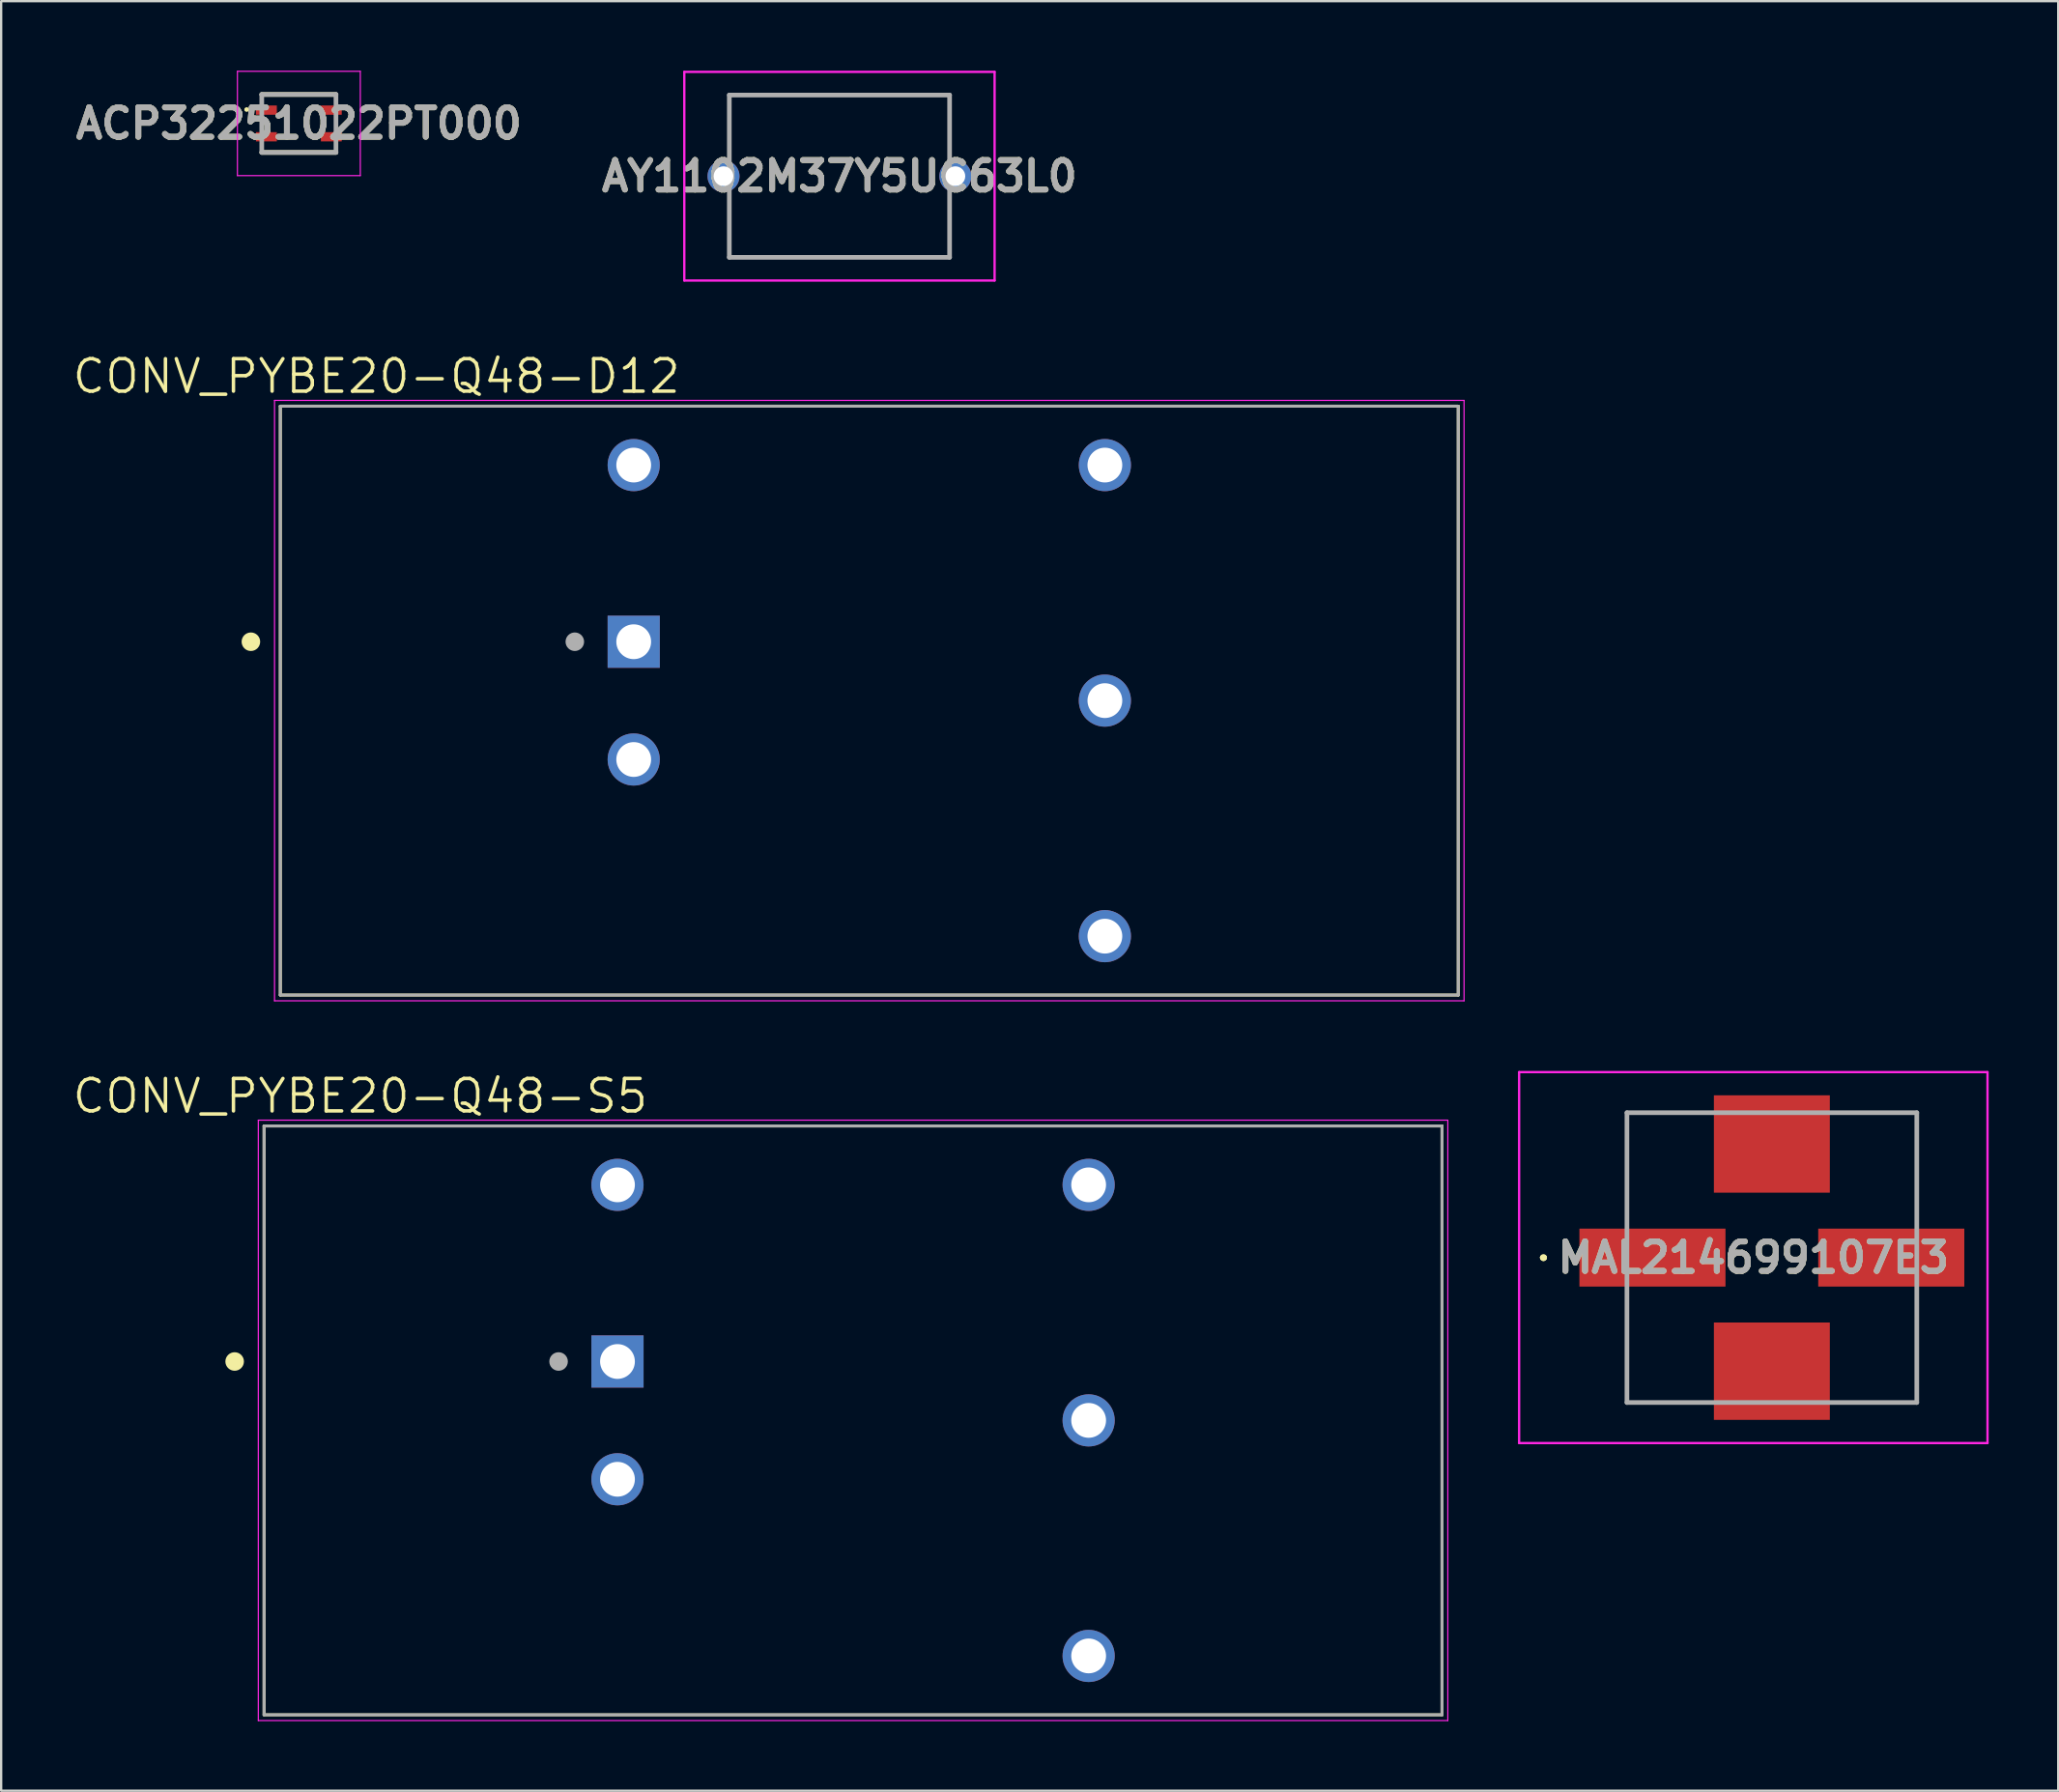
<source format=kicad_pcb>
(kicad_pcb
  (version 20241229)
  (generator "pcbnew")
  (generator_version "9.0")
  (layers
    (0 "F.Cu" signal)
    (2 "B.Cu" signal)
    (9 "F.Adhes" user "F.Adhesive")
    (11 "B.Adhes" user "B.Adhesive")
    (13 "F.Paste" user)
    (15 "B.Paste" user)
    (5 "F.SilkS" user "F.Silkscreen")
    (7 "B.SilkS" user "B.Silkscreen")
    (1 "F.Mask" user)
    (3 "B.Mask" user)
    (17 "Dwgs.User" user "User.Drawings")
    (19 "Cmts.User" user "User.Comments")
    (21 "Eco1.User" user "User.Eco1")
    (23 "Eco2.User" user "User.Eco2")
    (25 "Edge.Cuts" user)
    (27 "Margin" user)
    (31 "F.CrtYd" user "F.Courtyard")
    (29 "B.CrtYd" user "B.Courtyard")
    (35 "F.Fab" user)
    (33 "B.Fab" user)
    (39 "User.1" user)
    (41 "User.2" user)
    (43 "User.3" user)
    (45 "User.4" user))
  (footprint "AY1102M37Y5UC63L0"
    (layer "F.Cu")
    (at 28.153 4.55)
    (property "Reference" "AY1102M37Y5UC63L0" (at 5 0 0) (layer "F.SilkS") (effects (font (size 1.27 1.27) (thickness 0.254))))
    (attr through_hole)
    (fp_line (start 0.25 -3.5) (end 9.75 -3.5) (stroke (width 0.1) (type solid)) (layer "F.SilkS"))
    (fp_line (start 0.25 -1) (end 0.25 -3.5) (stroke (width 0.1) (type solid)) (layer "F.SilkS"))
    (fp_line (start 0.25 1) (end 0.25 3.5) (stroke (width 0.1) (type solid)) (layer "F.SilkS"))
    (fp_line (start 0.25 3.5) (end 9.75 3.5) (stroke (width 0.1) (type solid)) (layer "F.SilkS"))
    (fp_line (start 9.75 -3.5) (end 9.75 -1) (stroke (width 0.1) (type solid)) (layer "F.SilkS"))
    (fp_line (start 9.75 3.5) (end 9.75 1) (stroke (width 0.1) (type solid)) (layer "F.SilkS"))
    (fp_line (start -1.691 -4.5) (end 11.691 -4.5) (stroke (width 0.1) (type solid)) (layer "F.CrtYd"))
    (fp_line (start -1.691 4.5) (end -1.691 -4.5) (stroke (width 0.1) (type solid)) (layer "F.CrtYd"))
    (fp_line (start 11.691 -4.5) (end 11.691 4.5) (stroke (width 0.1) (type solid)) (layer "F.CrtYd"))
    (fp_line (start 11.691 4.5) (end -1.691 4.5) (stroke (width 0.1) (type solid)) (layer "F.CrtYd"))
    (fp_line (start 0.25 -3.5) (end 9.75 -3.5) (stroke (width 0.2) (type solid)) (layer "F.Fab"))
    (fp_line (start 0.25 3.5) (end 0.25 -3.5) (stroke (width 0.2) (type solid)) (layer "F.Fab"))
    (fp_line (start 9.75 -3.5) (end 9.75 3.5) (stroke (width 0.2) (type solid)) (layer "F.Fab"))
    (fp_line (start 9.75 3.5) (end 0.25 3.5) (stroke (width 0.2) (type solid)) (layer "F.Fab"))
    (fp_text user "${REFERENCE}" (at 5 0 0) (layer "F.Fab") (effects (font (size 1.27 1.27) (thickness 0.254))))
    (pad "1" thru_hole circle (at 0 0) (size 1.381 1.381) (drill 0.85) (layers "*.Cu" "*.Mask"))
    (pad "2" thru_hole circle (at 10 0) (size 1.381 1.381) (drill 0.85) (layers "*.Cu" "*.Mask")))
  (footprint "MAL214699107E3"
    (layer "F.Cu")
    (at 73.365 51.196)
    (property "Reference" "MAL214699107E3" (at -0.8 0 0) (layer "F.SilkS") (effects (font (size 1.27 1.27) (thickness 0.254))))
    (attr smd)
    (fp_line (start -9.9 0) (end -9.9 0) (stroke (width 0.2) (type solid)) (layer "F.SilkS"))
    (fp_line (start -9.9 0) (end -9.9 0) (stroke (width 0.2) (type solid)) (layer "F.SilkS"))
    (fp_line (start -9.8 0) (end -9.8 0) (stroke (width 0.2) (type solid)) (layer "F.SilkS"))
    (fp_line (start -6.25 -6.25) (end -6.25 -6.25) (stroke (width 0.1) (type solid)) (layer "F.SilkS"))
    (fp_line (start -6.25 -6.25) (end -6.25 -6.25) (stroke (width 0.1) (type solid)) (layer "F.SilkS"))
    (fp_line (start -6.25 -6.25) (end -6.25 -2) (stroke (width 0.1) (type solid)) (layer "F.SilkS"))
    (fp_line (start -6.25 -6.25) (end -3.25 -6.25) (stroke (width 0.1) (type solid)) (layer "F.SilkS"))
    (fp_line (start -6.25 -2) (end -6.25 -6.25) (stroke (width 0.1) (type solid)) (layer "F.SilkS"))
    (fp_line (start -6.25 -2) (end -6.25 -2) (stroke (width 0.1) (type solid)) (layer "F.SilkS"))
    (fp_line (start -6.25 2) (end -6.25 2) (stroke (width 0.1) (type solid)) (layer "F.SilkS"))
    (fp_line (start -6.25 2) (end -6.25 6.25) (stroke (width 0.1) (type solid)) (layer "F.SilkS"))
    (fp_line (start -6.25 6.25) (end -6.25 2) (stroke (width 0.1) (type solid)) (layer "F.SilkS"))
    (fp_line (start -6.25 6.25) (end -6.25 6.25) (stroke (width 0.1) (type solid)) (layer "F.SilkS"))
    (fp_line (start -6.25 6.25) (end -6.25 6.25) (stroke (width 0.1) (type solid)) (layer "F.SilkS"))
    (fp_line (start -6.25 6.25) (end -3.25 6.25) (stroke (width 0.1) (type solid)) (layer "F.SilkS"))
    (fp_line (start -3.25 -6.25) (end -6.25 -6.25) (stroke (width 0.1) (type solid)) (layer "F.SilkS"))
    (fp_line (start -3.25 -6.25) (end -3.25 -6.25) (stroke (width 0.1) (type solid)) (layer "F.SilkS"))
    (fp_line (start -3.25 6.25) (end -6.25 6.25) (stroke (width 0.1) (type solid)) (layer "F.SilkS"))
    (fp_line (start -3.25 6.25) (end -3.25 6.25) (stroke (width 0.1) (type solid)) (layer "F.SilkS"))
    (fp_line (start 3 -6.25) (end 3 -6.25) (stroke (width 0.1) (type solid)) (layer "F.SilkS"))
    (fp_line (start 3 -6.25) (end 6.25 -6.25) (stroke (width 0.1) (type solid)) (layer "F.SilkS"))
    (fp_line (start 3 6.25) (end 3 6.25) (stroke (width 0.1) (type solid)) (layer "F.SilkS"))
    (fp_line (start 3 6.25) (end 6.25 6.25) (stroke (width 0.1) (type solid)) (layer "F.SilkS"))
    (fp_line (start 6.25 -6.25) (end 3 -6.25) (stroke (width 0.1) (type solid)) (layer "F.SilkS"))
    (fp_line (start 6.25 -6.25) (end 6.25 -6.25) (stroke (width 0.1) (type solid)) (layer "F.SilkS"))
    (fp_line (start 6.25 -6.25) (end 6.25 -6.25) (stroke (width 0.1) (type solid)) (layer "F.SilkS"))
    (fp_line (start 6.25 -6.25) (end 6.25 -2) (stroke (width 0.1) (type solid)) (layer "F.SilkS"))
    (fp_line (start 6.25 -2) (end 6.25 -6.25) (stroke (width 0.1) (type solid)) (layer "F.SilkS"))
    (fp_line (start 6.25 -2) (end 6.25 -2) (stroke (width 0.1) (type solid)) (layer "F.SilkS"))
    (fp_line (start 6.25 2) (end 6.25 2) (stroke (width 0.1) (type solid)) (layer "F.SilkS"))
    (fp_line (start 6.25 2) (end 6.25 6.25) (stroke (width 0.1) (type solid)) (layer "F.SilkS"))
    (fp_line (start 6.25 6.25) (end 3 6.25) (stroke (width 0.1) (type solid)) (layer "F.SilkS"))
    (fp_line (start 6.25 6.25) (end 6.25 2) (stroke (width 0.1) (type solid)) (layer "F.SilkS"))
    (fp_line (start 6.25 6.25) (end 6.25 6.25) (stroke (width 0.1) (type solid)) (layer "F.SilkS"))
    (fp_line (start 6.25 6.25) (end 6.25 6.25) (stroke (width 0.1) (type solid)) (layer "F.SilkS"))
    (fp_arc (start -9.9 0) (mid -9.85 -0.05) (end -9.8 0) (stroke (width 0.2) (type solid)) (layer "F.SilkS"))
    (fp_arc (start -9.8 0) (mid -9.85 0.05) (end -9.9 0) (stroke (width 0.2) (type solid)) (layer "F.SilkS"))
    (fp_arc (start -9.8 0) (mid -9.85 0.05) (end -9.9 0) (stroke (width 0.2) (type solid)) (layer "F.SilkS"))
    (fp_line (start -10.9 -8) (end 9.3 -8) (stroke (width 0.1) (type solid)) (layer "F.CrtYd"))
    (fp_line (start -10.9 8) (end -10.9 -8) (stroke (width 0.1) (type solid)) (layer "F.CrtYd"))
    (fp_line (start 9.3 -8) (end 9.3 8) (stroke (width 0.1) (type solid)) (layer "F.CrtYd"))
    (fp_line (start 9.3 8) (end -10.9 8) (stroke (width 0.1) (type solid)) (layer "F.CrtYd"))
    (fp_line (start -6.25 -6.25) (end -6.25 6.25) (stroke (width 0.2) (type solid)) (layer "F.Fab"))
    (fp_line (start -6.25 6.25) (end 6.25 6.25) (stroke (width 0.2) (type solid)) (layer "F.Fab"))
    (fp_line (start 6.25 -6.25) (end -6.25 -6.25) (stroke (width 0.2) (type solid)) (layer "F.Fab"))
    (fp_line (start 6.25 6.25) (end 6.25 -6.25) (stroke (width 0.2) (type solid)) (layer "F.Fab"))
    (fp_text user "${REFERENCE}" (at -0.8 0 0) (layer "F.Fab") (effects (font (size 1.27 1.27) (thickness 0.254))))
    (pad "1" smd rect (at -5.15 0 90) (size 2.5 6.3) (layers "F.Cu" "F.Mask" "F.Paste"))
    (pad "2" smd rect (at 0 4.9 90) (size 4.2 5) (layers "F.Cu" "F.Mask" "F.Paste"))
    (pad "3" smd rect (at 5.15 0 90) (size 2.5 6.3) (layers "F.Cu" "F.Mask" "F.Paste"))
    (pad "4" smd rect (at 0 -4.9 90) (size 4.2 5) (layers "F.Cu" "F.Mask" "F.Paste")))
  (footprint "CONV_PYBE20-Q48-D12"
    (layer "F.Cu")
    (at 34.44 27.171)
    (property "Reference" "CONV_PYBE20-Q48-D12" (at -21.255 -13.989 0) (layer "F.SilkS") (effects (font (size 1.4 1.4) (thickness 0.15))))
    (attr through_hole)
    (fp_line (start -25.4 -12.7) (end 25.4 -12.7) (stroke (width 0.127) (type solid)) (layer "F.SilkS"))
    (fp_line (start -25.4 12.7) (end -25.4 -12.7) (stroke (width 0.127) (type solid)) (layer "F.SilkS"))
    (fp_line (start 25.4 -12.7) (end 25.4 12.7) (stroke (width 0.127) (type solid)) (layer "F.SilkS"))
    (fp_line (start 25.4 12.7) (end -25.4 12.7) (stroke (width 0.127) (type solid)) (layer "F.SilkS"))
    (fp_circle (center -26.67 -2.54) (end -26.47 -2.54) (stroke (width 0.4) (type solid)) (fill no) (layer "F.SilkS"))
    (fp_line (start -25.65 -12.95) (end 25.65 -12.95) (stroke (width 0.05) (type solid)) (layer "F.CrtYd"))
    (fp_line (start -25.65 12.95) (end -25.65 -12.95) (stroke (width 0.05) (type solid)) (layer "F.CrtYd"))
    (fp_line (start 25.65 -12.95) (end 25.65 12.95) (stroke (width 0.05) (type solid)) (layer "F.CrtYd"))
    (fp_line (start 25.65 12.95) (end -25.65 12.95) (stroke (width 0.05) (type solid)) (layer "F.CrtYd"))
    (fp_line (start -25.4 -12.7) (end 25.4 -12.7) (stroke (width 0.127) (type solid)) (layer "F.Fab"))
    (fp_line (start -25.4 12.7) (end -25.4 -12.7) (stroke (width 0.127) (type solid)) (layer "F.Fab"))
    (fp_line (start 25.4 -12.7) (end 25.4 12.7) (stroke (width 0.127) (type solid)) (layer "F.Fab"))
    (fp_line (start 25.4 12.7) (end -25.4 12.7) (stroke (width 0.127) (type solid)) (layer "F.Fab"))
    (fp_circle (center -12.7 -2.54) (end -12.5 -2.54) (stroke (width 0.4) (type solid)) (fill no) (layer "F.Fab"))
    (pad "1" thru_hole rect (at -10.16 -2.54) (size 2.25 2.25) (drill 1.5) (layers "*.Cu" "*.Mask"))
    (pad "2" thru_hole circle (at -10.16 2.54) (size 2.25 2.25) (drill 1.5) (layers "*.Cu" "*.Mask"))
    (pad "3" thru_hole circle (at 10.16 10.16) (size 2.25 2.25) (drill 1.5) (layers "*.Cu" "*.Mask"))
    (pad "4" thru_hole circle (at 10.16 0) (size 2.25 2.25) (drill 1.5) (layers "*.Cu" "*.Mask"))
    (pad "5" thru_hole circle (at 10.16 -10.16) (size 2.25 2.25) (drill 1.5) (layers "*.Cu" "*.Mask"))
    (pad "6" thru_hole circle (at -10.16 -10.16) (size 2.25 2.25) (drill 1.5) (layers "*.Cu" "*.Mask")))
  (footprint "ACP32251022PT000"
    (layer "F.Cu")
    (at 9.839 2.275)
    (property "Reference" "ACP32251022PT000" (at 0 0 0) (layer "F.SilkS") (effects (font (size 1.27 1.27) (thickness 0.254))))
    (attr smd)
    (fp_line (start -2.3 -0.6) (end -2.3 -0.6) (stroke (width 0.1) (type solid)) (layer "F.SilkS"))
    (fp_line (start -2.2 -0.6) (end -2.2 -0.6) (stroke (width 0.1) (type solid)) (layer "F.SilkS"))
    (fp_line (start -1.6 -1.25) (end 1.6 -1.25) (stroke (width 0.2) (type solid)) (layer "F.SilkS"))
    (fp_line (start -1.6 1.25) (end 1.6 1.25) (stroke (width 0.2) (type solid)) (layer "F.SilkS"))
    (fp_arc (start -2.3 -0.6) (mid -2.25 -0.65) (end -2.2 -0.6) (stroke (width 0.1) (type solid)) (layer "F.SilkS"))
    (fp_arc (start -2.2 -0.6) (mid -2.25 -0.55) (end -2.3 -0.6) (stroke (width 0.1) (type solid)) (layer "F.SilkS"))
    (fp_line (start -2.65 -2.25) (end 2.65 -2.25) (stroke (width 0.05) (type solid)) (layer "F.CrtYd"))
    (fp_line (start -2.65 2.25) (end -2.65 -2.25) (stroke (width 0.05) (type solid)) (layer "F.CrtYd"))
    (fp_line (start 2.65 -2.25) (end 2.65 2.25) (stroke (width 0.05) (type solid)) (layer "F.CrtYd"))
    (fp_line (start 2.65 2.25) (end -2.65 2.25) (stroke (width 0.05) (type solid)) (layer "F.CrtYd"))
    (fp_line (start -1.6 -1.25) (end 1.6 -1.25) (stroke (width 0.2) (type solid)) (layer "F.Fab"))
    (fp_line (start -1.6 1.25) (end -1.6 -1.25) (stroke (width 0.2) (type solid)) (layer "F.Fab"))
    (fp_line (start 1.6 -1.25) (end 1.6 1.25) (stroke (width 0.2) (type solid)) (layer "F.Fab"))
    (fp_line (start 1.6 1.25) (end -1.6 1.25) (stroke (width 0.2) (type solid)) (layer "F.Fab"))
    (fp_text user "${REFERENCE}" (at 0 0 0) (layer "F.Fab") (effects (font (size 1.27 1.27) (thickness 0.254))))
    (pad "1" smd rect (at -1.4 -0.575 90) (size 0.4 0.9) (layers "F.Cu" "F.Mask" "F.Paste"))
    (pad "2" smd rect (at -1.4 0.575 90) (size 0.4 0.9) (layers "F.Cu" "F.Mask" "F.Paste"))
    (pad "3" smd rect (at 1.4 0.575 90) (size 0.4 0.9) (layers "F.Cu" "F.Mask" "F.Paste"))
    (pad "4" smd rect (at 1.4 -0.575 90) (size 0.4 0.9) (layers "F.Cu" "F.Mask" "F.Paste")))
  (footprint "CONV_PYBE20-Q48-S5"
    (layer "F.Cu")
    (at 33.74 58.218)
    (property "Reference" "CONV_PYBE20-Q48-S5" (at -21.255 -13.989 0) (layer "F.SilkS") (effects (font (size 1.4 1.4) (thickness 0.15))))
    (attr through_hole)
    (fp_line (start -25.4 -12.7) (end 25.4 -12.7) (stroke (width 0.127) (type solid)) (layer "F.SilkS"))
    (fp_line (start -25.4 12.7) (end -25.4 -12.7) (stroke (width 0.127) (type solid)) (layer "F.SilkS"))
    (fp_line (start 25.4 -12.7) (end 25.4 12.7) (stroke (width 0.127) (type solid)) (layer "F.SilkS"))
    (fp_line (start 25.4 12.7) (end -25.4 12.7) (stroke (width 0.127) (type solid)) (layer "F.SilkS"))
    (fp_circle (center -26.67 -2.54) (end -26.47 -2.54) (stroke (width 0.4) (type solid)) (fill no) (layer "F.SilkS"))
    (fp_line (start -25.65 -12.95) (end 25.65 -12.95) (stroke (width 0.05) (type solid)) (layer "F.CrtYd"))
    (fp_line (start -25.65 12.95) (end -25.65 -12.95) (stroke (width 0.05) (type solid)) (layer "F.CrtYd"))
    (fp_line (start 25.65 -12.95) (end 25.65 12.95) (stroke (width 0.05) (type solid)) (layer "F.CrtYd"))
    (fp_line (start 25.65 12.95) (end -25.65 12.95) (stroke (width 0.05) (type solid)) (layer "F.CrtYd"))
    (fp_line (start -25.4 -12.7) (end 25.4 -12.7) (stroke (width 0.127) (type solid)) (layer "F.Fab"))
    (fp_line (start -25.4 12.7) (end -25.4 -12.7) (stroke (width 0.127) (type solid)) (layer "F.Fab"))
    (fp_line (start 25.4 -12.7) (end 25.4 12.7) (stroke (width 0.127) (type solid)) (layer "F.Fab"))
    (fp_line (start 25.4 12.7) (end -25.4 12.7) (stroke (width 0.127) (type solid)) (layer "F.Fab"))
    (fp_circle (center -12.7 -2.54) (end -12.5 -2.54) (stroke (width 0.4) (type solid)) (fill no) (layer "F.Fab"))
    (pad "1" thru_hole rect (at -10.16 -2.54) (size 2.25 2.25) (drill 1.5) (layers "*.Cu" "*.Mask"))
    (pad "2" thru_hole circle (at -10.16 2.54) (size 2.25 2.25) (drill 1.5) (layers "*.Cu" "*.Mask"))
    (pad "3" thru_hole circle (at 10.16 10.16) (size 2.25 2.25) (drill 1.5) (layers "*.Cu" "*.Mask"))
    (pad "4" thru_hole circle (at 10.16 0) (size 2.25 2.25) (drill 1.5) (layers "*.Cu" "*.Mask"))
    (pad "5" thru_hole circle (at 10.16 -10.16) (size 2.25 2.25) (drill 1.5) (layers "*.Cu" "*.Mask"))
    (pad "6" thru_hole circle (at -10.16 -10.16) (size 2.25 2.25) (drill 1.5) (layers "*.Cu" "*.Mask")))
  (gr_rect
    (start -3 -3)
    (end 85.715 74.192)
    (stroke (width 0.1) (type default))
    (fill no)
    (layer "Edge.Cuts")))
</source>
